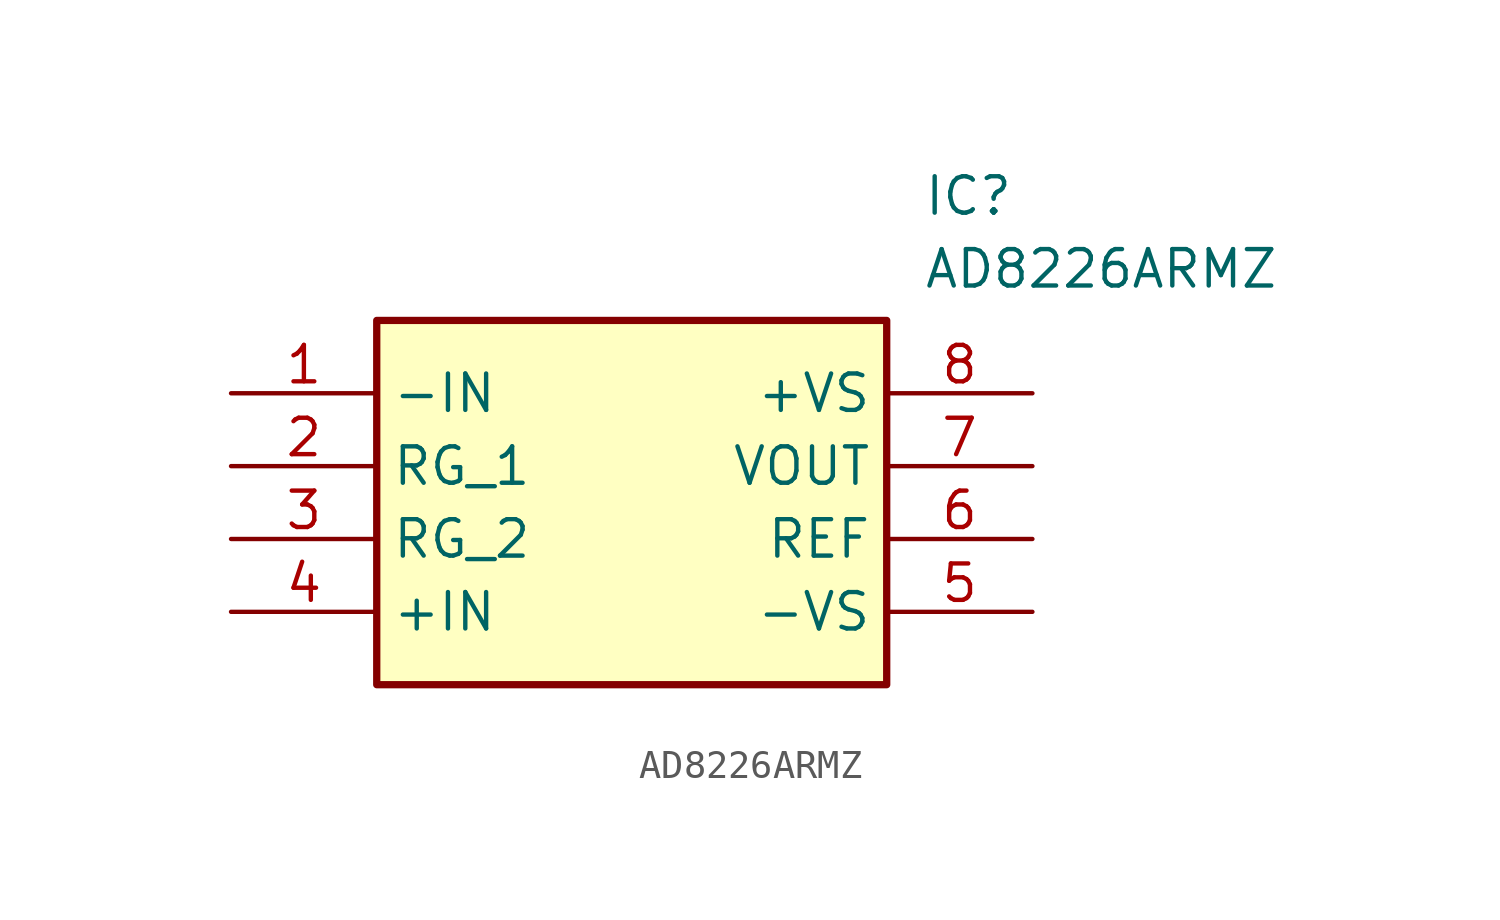
<source format=kicad_sym>
(kicad_symbol_lib
  (version 20211014)
  (generator SamacSys_ECAD_Model)
  (symbol "AD8226ARMZ"
    (property "Reference" "IC"
      (at 24.13 7.62 0)
      (effects (font (size 1.27 1.27)) (justify left top)))
    (property "Value" "AD8226ARMZ"
      (at 24.13 5.08 0)
      (effects (font (size 1.27 1.27)) (justify left top)))
    (rectangle
      (start 5.08 2.54)
      (end 22.86 -10.16)
      (stroke (width 0.254) (type default))
      (fill (type background)))
    (pin passive line
      (at 0 0 0)
      (length 5.08)
      (name "-IN" (effects (font (size 1.27 1.27))))
      (number "1" (effects (font (size 1.27 1.27)))))
    (pin passive line
      (at 0 -2.54 0)
      (length 5.08)
      (name "RG_1" (effects (font (size 1.27 1.27))))
      (number "2" (effects (font (size 1.27 1.27)))))
    (pin passive line
      (at 0 -5.08 0)
      (length 5.08)
      (name "RG_2" (effects (font (size 1.27 1.27))))
      (number "3" (effects (font (size 1.27 1.27)))))
    (pin passive line
      (at 0 -7.62 0)
      (length 5.08)
      (name "+IN" (effects (font (size 1.27 1.27))))
      (number "4" (effects (font (size 1.27 1.27)))))
    (pin passive line
      (at 27.94 0 180)
      (length 5.08)
      (name "+VS" (effects (font (size 1.27 1.27))))
      (number "8" (effects (font (size 1.27 1.27)))))
    (pin passive line
      (at 27.94 -2.54 180)
      (length 5.08)
      (name "VOUT" (effects (font (size 1.27 1.27))))
      (number "7" (effects (font (size 1.27 1.27)))))
    (pin passive line
      (at 27.94 -5.08 180)
      (length 5.08)
      (name "REF" (effects (font (size 1.27 1.27))))
      (number "6" (effects (font (size 1.27 1.27)))))
    (pin passive line
      (at 27.94 -7.62 180)
      (length 5.08)
      (name "-VS" (effects (font (size 1.27 1.27))))
      (number "5" (effects (font (size 1.27 1.27)))))))
</source>
